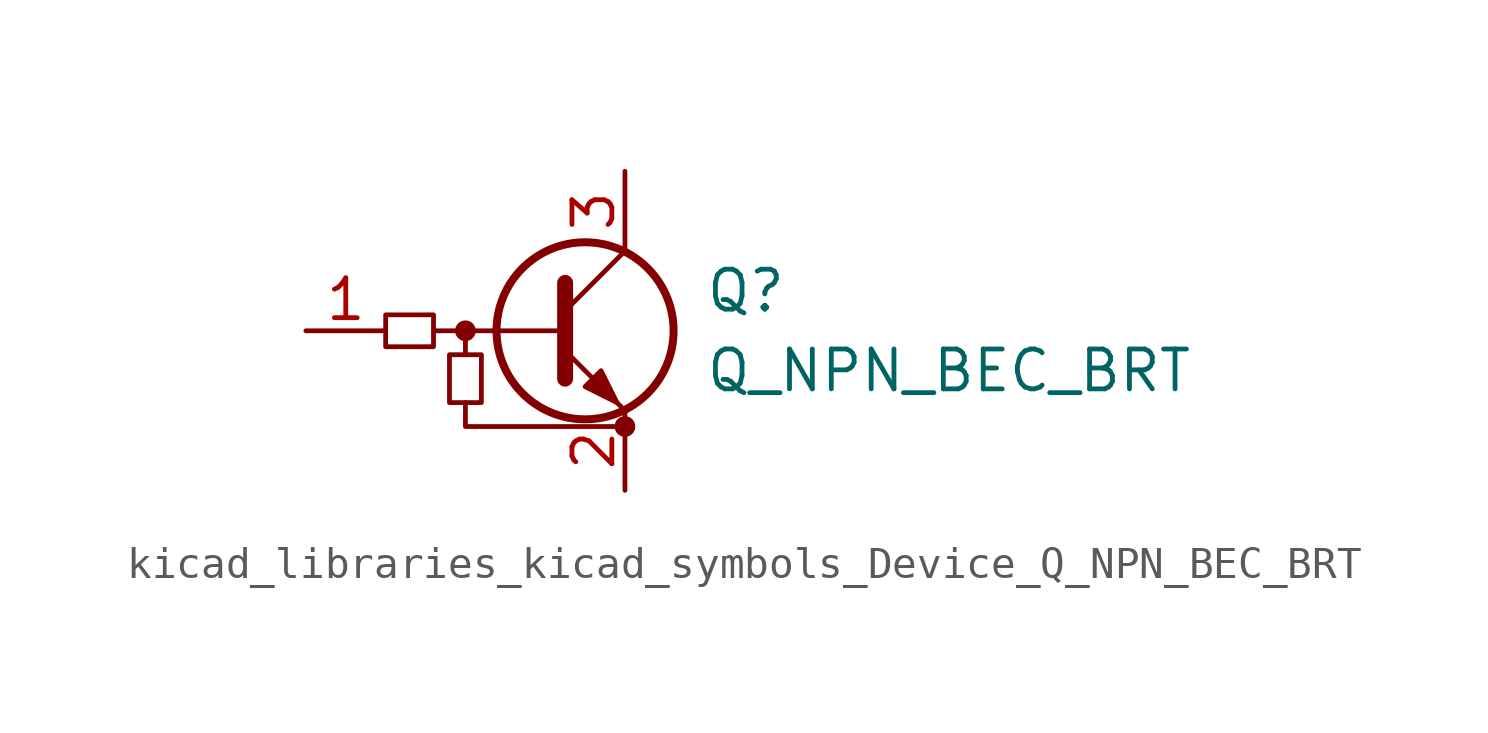
<source format=kicad_sym>
(kicad_symbol_lib
  (version 20220914)
  (generator kicad_symbol_editor)
  (symbol "kicad_libraries_kicad_symbols_Device_Q_NPN_BEC_BRT"
    (pin_names hide)
    (property "Reference" "Q"
      (at 3.81 1.27 0)
      (effects (font (size 1.27 1.27)) (justify left)))
    (property "Value" "Q_NPN_BEC_BRT"
      (at 3.81 -1.27 0)
      (effects (font (size 1.27 1.27)) (justify left)))
    (symbol "kicad_libraries_kicad_symbols_Device_Q_NPN_BEC_BRT_0_1"
      (rectangle (start -6.35 0.508) (end -4.826 -0.508) (stroke (width 0) (type default)) (fill (type none)))
      (rectangle (start -4.318 -2.286) (end -3.302 -0.762) (stroke (width 0) (type default)) (fill (type none)))
      (circle (center -3.81 0) (radius 0.254) (stroke (width 0) (type default)) (fill (type outline)))
      (polyline (pts (xy -3.81 -0.762) (xy -3.81 0)) (stroke (width 0) (type default)) (fill (type none)))
      (polyline (pts (xy -0.762 0) (xy -4.826 0)) (stroke (width 0) (type default)) (fill (type none)))
      (polyline (pts (xy -0.635 1.524) (xy -0.635 -1.524)) (stroke (width 0.508) (type default)) (fill (type none)))
      (polyline (pts (xy -3.81 -2.286) (xy -3.81 -3.048) (xy 1.27 -3.048)) (stroke (width 0) (type default)) (fill (type none)))
      (circle (center 1.27 -3.048) (radius 0.254) (stroke (width 0) (type default)) (fill (type outline))))
    (symbol "kicad_libraries_kicad_symbols_Device_Q_NPN_BEC_BRT_1_1"
      (polyline (pts (xy -0.635 0.635) (xy 1.27 2.54)) (stroke (width 0) (type default)) (fill (type none)))
      (polyline (pts (xy -0.635 -0.635) (xy 1.27 -2.54) (xy 1.27 -2.54)) (stroke (width 0) (type default)) (fill (type none)))
      (polyline (pts (xy 0 -1.778) (xy 0.508 -1.27) (xy 1.016 -2.286) (xy 0 -1.778) (xy 0 -1.778)) (stroke (width 0) (type default)) (fill (type outline)))
      (circle (center 0 0) (radius 2.819) (stroke (width 0.254) (type default)) (fill (type none)))
      (pin input line (at -8.89 0 0) (length 2.54) (name "B" (effects (font (size 1.27 1.27)))) (number "1" (effects (font (size 1.27 1.27)))))
      (pin passive line (at 1.27 -5.08 90) (length 2.54) (name "E" (effects (font (size 1.27 1.27)))) (number "2" (effects (font (size 1.27 1.27)))))
      (pin passive line (at 1.27 5.08 270) (length 2.54) (name "C" (effects (font (size 1.27 1.27)))) (number "3" (effects (font (size 1.27 1.27))))))))
</source>
